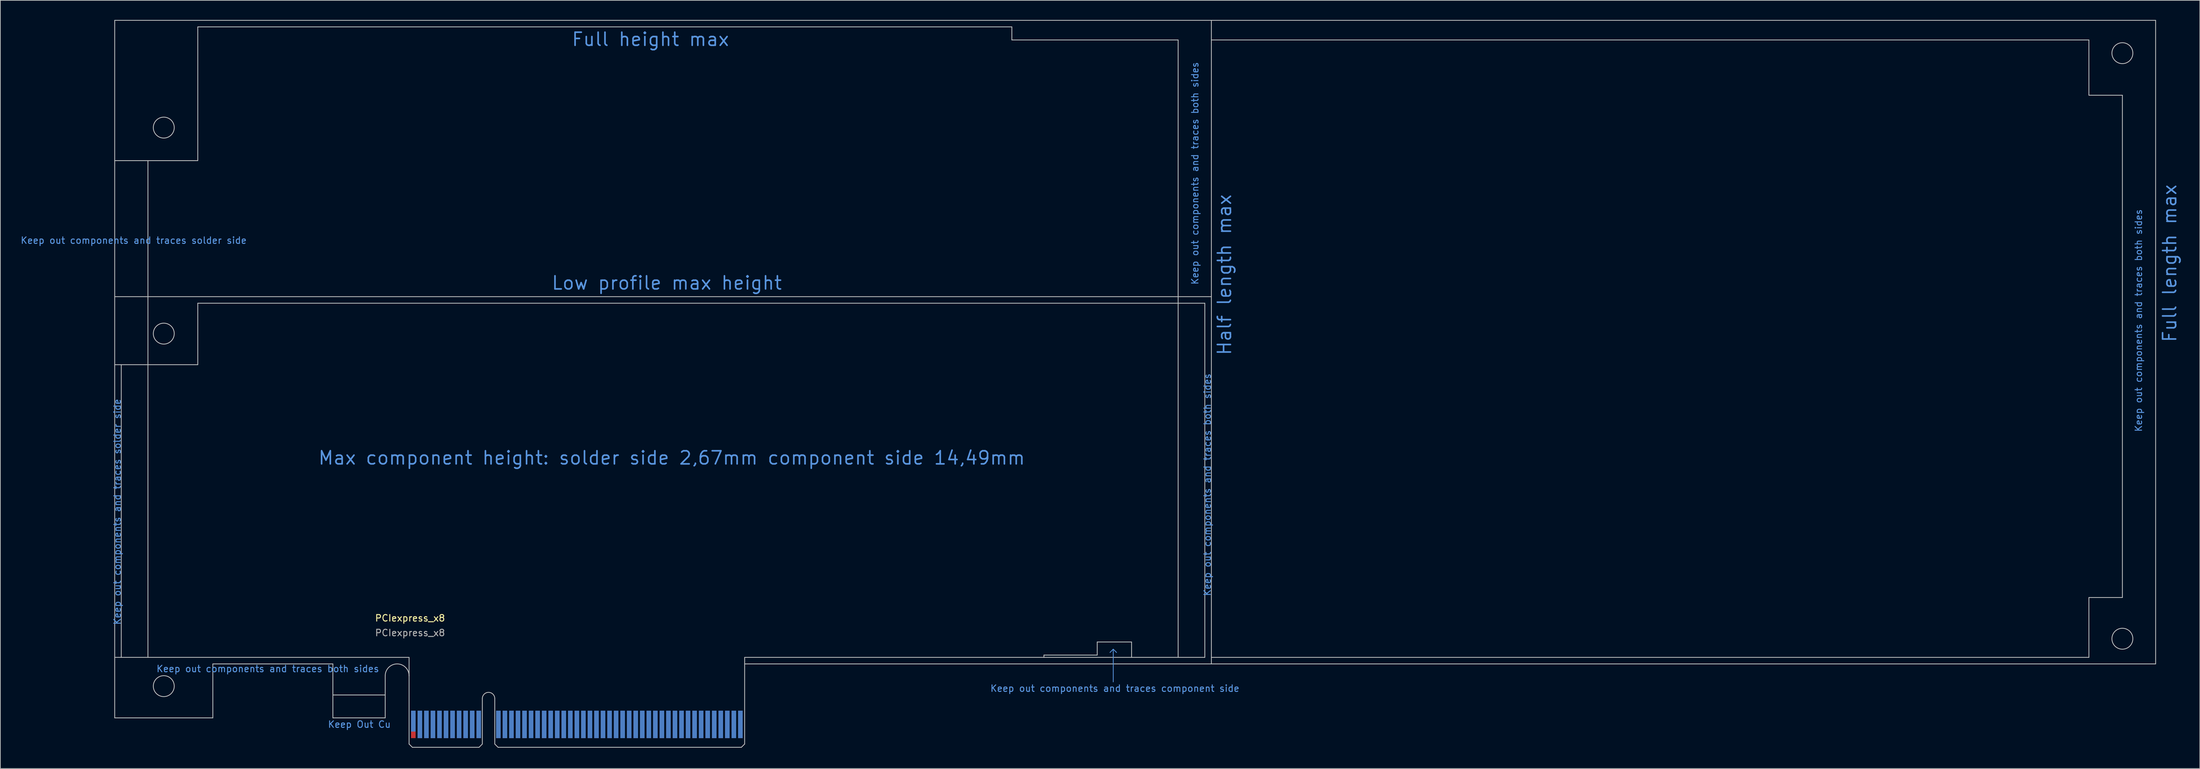
<source format=kicad_pcb>
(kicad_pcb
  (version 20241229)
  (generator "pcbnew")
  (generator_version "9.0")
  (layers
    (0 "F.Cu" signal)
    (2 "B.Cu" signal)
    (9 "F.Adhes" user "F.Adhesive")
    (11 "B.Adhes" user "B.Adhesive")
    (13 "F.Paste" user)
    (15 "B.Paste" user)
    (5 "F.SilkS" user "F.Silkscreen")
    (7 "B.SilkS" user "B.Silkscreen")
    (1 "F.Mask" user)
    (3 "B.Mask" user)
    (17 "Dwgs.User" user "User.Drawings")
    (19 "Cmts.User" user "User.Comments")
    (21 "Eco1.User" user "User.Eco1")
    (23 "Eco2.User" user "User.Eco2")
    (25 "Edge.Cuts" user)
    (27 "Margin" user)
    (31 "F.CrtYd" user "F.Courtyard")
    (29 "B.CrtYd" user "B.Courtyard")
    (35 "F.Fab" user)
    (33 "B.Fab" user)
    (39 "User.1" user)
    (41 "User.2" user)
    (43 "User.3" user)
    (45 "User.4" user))
  (footprint "PCIexpress_x8"
    (layer "F.Cu")
    (at 59.637 111.21)
    (property "Reference" "PCIexpress_x8" (at 0 -19.75 0) (layer "F.SilkS") (effects (font (size 1 1) (thickness 0.15))))
    (attr exclude_from_pos_files exclude_from_bom allow_soldermask_bridges)
    (fp_poly (pts (xy -11.8 -4.5) (xy -11.8 -8) (xy -3.8 -8) (xy -3.8 -4.5)) (stroke (width 0) (type solid)) (fill yes) (layer "F.Mask"))
    (fp_poly (pts (xy -0.25 -5.5) (xy 51.25 -5.5) (xy 51.25 0) (xy -0.25 0)) (stroke (width 0.2) (type solid)) (fill yes) (layer "F.Mask"))
    (fp_poly (pts (xy -11.8 -4.5) (xy -11.8 -8) (xy -3.8 -8) (xy -3.8 -4.5)) (stroke (width 0) (type solid)) (fill yes) (layer "B.Mask"))
    (fp_poly (pts (xy -0.25 -5.5) (xy 51.25 -5.5) (xy 51.25 0) (xy -0.25 0)) (stroke (width 0.2) (type solid)) (fill yes) (layer "B.Mask"))
    (fp_line (start -45.15 -111.15) (end -45.15 -4.5) (stroke (width 0.12) (type solid)) (layer "Dwgs.User"))
    (fp_line (start -45.15 -111.15) (end 122.5 -111.15) (stroke (width 0.12) (type solid)) (layer "Dwgs.User"))
    (fp_line (start -45.15 -89.7) (end -32.45 -89.7) (stroke (width 0.12) (type solid)) (layer "Dwgs.User"))
    (fp_line (start -45.15 -68.9) (end 122.5 -68.9) (stroke (width 0.12) (type solid)) (layer "Dwgs.User"))
    (fp_line (start -45.15 -58.5) (end -32.45 -58.5) (stroke (width 0.12) (type solid)) (layer "Dwgs.User"))
    (fp_line (start -44.15 -58.5) (end -44.15 -13.75) (stroke (width 0.12) (type solid)) (layer "Dwgs.User"))
    (fp_line (start -40.07 -13.75) (end -40.07 -89.7) (stroke (width 0.12) (type solid)) (layer "Dwgs.User"))
    (fp_line (start -32.45 -110.15) (end -32.45 -89.7) (stroke (width 0.12) (type solid)) (layer "Dwgs.User"))
    (fp_line (start -32.45 -110.15) (end 92 -110.15) (stroke (width 0.12) (type solid)) (layer "Dwgs.User"))
    (fp_line (start -32.45 -67.9) (end 121.5 -67.9) (stroke (width 0.12) (type solid)) (layer "Dwgs.User"))
    (fp_line (start -32.45 -58.5) (end -32.45 -67.9) (stroke (width 0.12) (type solid)) (layer "Dwgs.User"))
    (fp_line (start -30.15 -12.75) (end -11.8 -12.75) (stroke (width 0.12) (type solid)) (layer "Dwgs.User"))
    (fp_line (start -30.15 -4.5) (end -45.15 -4.5) (stroke (width 0.12) (type solid)) (layer "Dwgs.User"))
    (fp_line (start -30.15 -4.5) (end -30.15 -12.75) (stroke (width 0.12) (type solid)) (layer "Dwgs.User"))
    (fp_line (start -11.8 -8) (end -3.8 -8) (stroke (width 0.12) (type solid)) (layer "Dwgs.User"))
    (fp_line (start -11.8 -4.5) (end -11.8 -12.75) (stroke (width 0.12) (type solid)) (layer "Dwgs.User"))
    (fp_line (start -11.8 -4.5) (end -3.8 -4.5) (stroke (width 0.12) (type solid)) (layer "Dwgs.User"))
    (fp_line (start -3.8 -4.5) (end -3.8 -10.925) (stroke (width 0.12) (type solid)) (layer "Dwgs.User"))
    (fp_line (start -0.15 -13.75) (end -45.15 -13.75) (stroke (width 0.12) (type solid)) (layer "Dwgs.User"))
    (fp_line (start -0.15 -10.925) (end -0.15 -13.75) (stroke (width 0.12) (type solid)) (layer "Dwgs.User"))
    (fp_line (start -0.15 -0.5) (end -0.15 -10.925) (stroke (width 0.12) (type solid)) (layer "Dwgs.User"))
    (fp_line (start -0.15 -0.5) (end 0.35 0) (stroke (width 0.12) (type solid)) (layer "Dwgs.User"))
    (fp_line (start 0.35 0) (end 10.55 0) (stroke (width 0.12) (type solid)) (layer "Dwgs.User"))
    (fp_line (start 11.05 -7.45) (end 11.05 -0.5) (stroke (width 0.12) (type solid)) (layer "Dwgs.User"))
    (fp_line (start 11.05 -0.5) (end 10.55 0) (stroke (width 0.12) (type solid)) (layer "Dwgs.User"))
    (fp_line (start 12.95 -7.45) (end 12.95 -0.5) (stroke (width 0.12) (type solid)) (layer "Dwgs.User"))
    (fp_line (start 12.95 -0.5) (end 13.45 0) (stroke (width 0.12) (type solid)) (layer "Dwgs.User"))
    (fp_line (start 13.45 0) (end 50.65 0) (stroke (width 0.12) (type solid)) (layer "Dwgs.User"))
    (fp_line (start 51.15 -13.75) (end 121.5 -13.75) (stroke (width 0.12) (type solid)) (layer "Dwgs.User"))
    (fp_line (start 51.15 -12.75) (end 51.15 -13.75) (stroke (width 0.12) (type solid)) (layer "Dwgs.User"))
    (fp_line (start 51.15 -12.75) (end 122.503 -12.75) (stroke (width 0.12) (type solid)) (layer "Dwgs.User"))
    (fp_line (start 51.15 -0.5) (end 50.65 0) (stroke (width 0.12) (type solid)) (layer "Dwgs.User"))
    (fp_line (start 51.15 -0.5) (end 51.15 -12.75) (stroke (width 0.12) (type solid)) (layer "Dwgs.User"))
    (fp_line (start 92 -110.15) (end 92 -108.15) (stroke (width 0.12) (type solid)) (layer "Dwgs.User"))
    (fp_line (start 92 -108.15) (end 117.42 -108.15) (stroke (width 0.12) (type solid)) (layer "Dwgs.User"))
    (fp_line (start 96.9 -14.1) (end 96.9 -13.75) (stroke (width 0.12) (type solid)) (layer "Dwgs.User"))
    (fp_line (start 96.9 -14.1) (end 105.05 -14.1) (stroke (width 0.12) (type solid)) (layer "Dwgs.User"))
    (fp_line (start 105.05 -16.1) (end 110.3 -16.1) (stroke (width 0.12) (type solid)) (layer "Dwgs.User"))
    (fp_line (start 105.05 -14.1) (end 105.05 -16.1) (stroke (width 0.12) (type solid)) (layer "Dwgs.User"))
    (fp_line (start 110.3 -16.1) (end 110.3 -13.75) (stroke (width 0.12) (type solid)) (layer "Dwgs.User"))
    (fp_line (start 117.42 -108.15) (end 117.42 -13.75) (stroke (width 0.12) (type solid)) (layer "Dwgs.User"))
    (fp_line (start 121.5 -67.9) (end 121.5 -13.75) (stroke (width 0.12) (type solid)) (layer "Dwgs.User"))
    (fp_line (start 122.5 -111.15) (end 122.5 -12.75) (stroke (width 0.12) (type solid)) (layer "Dwgs.User"))
    (fp_line (start 122.5 -111.15) (end 266.85 -111.15) (stroke (width 0.12) (type solid)) (layer "Dwgs.User"))
    (fp_line (start 122.5 -108.15) (end 256.65 -108.15) (stroke (width 0.12) (type solid)) (layer "Dwgs.User"))
    (fp_line (start 122.5 -13.75) (end 256.65 -13.75) (stroke (width 0.12) (type solid)) (layer "Dwgs.User"))
    (fp_line (start 122.503 -12.75) (end 266.853 -12.75) (stroke (width 0.12) (type solid)) (layer "Dwgs.User"))
    (fp_line (start 256.65 -108.15) (end 256.65 -99.7) (stroke (width 0.12) (type solid)) (layer "Dwgs.User"))
    (fp_line (start 256.65 -99.7) (end 261.77 -99.7) (stroke (width 0.12) (type solid)) (layer "Dwgs.User"))
    (fp_line (start 256.65 -22.9) (end 261.77 -22.9) (stroke (width 0.12) (type solid)) (layer "Dwgs.User"))
    (fp_line (start 256.65 -13.75) (end 256.65 -22.9) (stroke (width 0.12) (type solid)) (layer "Dwgs.User"))
    (fp_line (start 261.77 -99.7) (end 261.77 -22.9) (stroke (width 0.12) (type solid)) (layer "Dwgs.User"))
    (fp_line (start 266.85 -111.15) (end 266.853 -12.75) (stroke (width 0.12) (type solid)) (layer "Dwgs.User"))
    (fp_arc (start -3.8 -10.925) (mid -1.975 -12.75) (end -0.15 -10.925) (stroke (width 0.12) (type solid)) (layer "Dwgs.User"))
    (fp_arc (start 11.05 -7.45) (mid 12 -8.4) (end 12.95 -7.45) (stroke (width 0.12) (type solid)) (layer "Dwgs.User"))
    (fp_circle (center -37.65 -94.75) (end -36.05 -94.75) (stroke (width 0.12) (type solid)) (fill no) (layer "Dwgs.User"))
    (fp_circle (center -37.65 -63.25) (end -36.05 -63.25) (stroke (width 0.12) (type solid)) (fill no) (layer "Dwgs.User"))
    (fp_circle (center -37.65 -9.35) (end -36.05 -9.35) (stroke (width 0.12) (type solid)) (fill no) (layer "Dwgs.User"))
    (fp_circle (center 261.77 -106.13) (end 263.37 -106.13) (stroke (width 0.12) (type solid)) (fill no) (layer "Dwgs.User"))
    (fp_circle (center 261.77 -16.6) (end 263.37 -16.6) (stroke (width 0.12) (type solid)) (fill no) (layer "Dwgs.User"))
    (fp_line (start 107.5 -15) (end 107 -14.5) (stroke (width 0.12) (type solid)) (layer "Cmts.User"))
    (fp_line (start 107.5 -15) (end 108 -14.5) (stroke (width 0.12) (type solid)) (layer "Cmts.User"))
    (fp_line (start 107.5 -10) (end 107.5 -15) (stroke (width 0.12) (type solid)) (layer "Cmts.User"))
    (fp_text user "Keep out components and traces both sides" (at 264.25 -65.25 90) (layer "Cmts.User") (effects (font (size 1 1) (thickness 0.15))))
    (fp_text user "Keep out components and traces solder side" (at -44.75 -36 90) (layer "Cmts.User") (effects (font (size 1 1) (thickness 0.15))))
    (fp_text user "Full height max" (at 36.75 -108.25 0) (layer "Cmts.User") (effects (font (size 2 2) (thickness 0.25))))
    (fp_text user "Keep out components and traces both sides" (at 121.893 -40.135 90) (layer "Cmts.User") (effects (font (size 1 1) (thickness 0.15))))
    (fp_text user "Keep out components and traces both sides" (at 120 -87.75 90) (layer "Cmts.User") (effects (font (size 1 1) (thickness 0.15))))
    (fp_text user "Max component height: solder side 2,67mm component side 14,49mm" (at 40 -44.25 0) (layer "Cmts.User") (effects (font (size 2 2) (thickness 0.25))))
    (fp_text user "Keep out components and traces both sides" (at -21.75 -12 0) (layer "Cmts.User") (effects (font (size 1 1) (thickness 0.15))))
    (fp_text user "Full length max" (at 269 -74 90) (layer "Cmts.User") (effects (font (size 2 2) (thickness 0.25))))
    (fp_text user "Half length max" (at 124.5 -72.25 90) (layer "Cmts.User") (effects (font (size 2 2) (thickness 0.25))))
    (fp_text user "Keep out components and traces component side" (at 107.75 -9 180) (layer "Cmts.User") (effects (font (size 1 1) (thickness 0.15))))
    (fp_text user "Low profile max height" (at 39.25 -71 0) (layer "Cmts.User") (effects (font (size 2 2) (thickness 0.25))))
    (fp_text user "Keep out components and traces solder side" (at -42.25 -77.5 180) (layer "Cmts.User") (effects (font (size 1 1) (thickness 0.15))))
    (fp_text user "Keep Out Cu" (at -7.75 -3.5 0) (layer "Cmts.User") (effects (font (size 1 1) (thickness 0.15))))
    (fp_text user "${REFERENCE}" (at 0 -17.5 0) (layer "F.Fab") (effects (font (size 1 1) (thickness 0.15))))
    (pad "A1" connect rect (at 0.5 -4) (size 0.7 3.2) (layers "B.Cu"))
    (pad "A2" connect rect (at 1.5 -3.5) (size 0.7 4.2) (layers "B.Cu"))
    (pad "A3" connect rect (at 2.5 -3.5) (size 0.7 4.2) (layers "B.Cu"))
    (pad "A4" connect rect (at 3.5 -3.5) (size 0.7 4.2) (layers "B.Cu"))
    (pad "A5" connect rect (at 4.5 -3.5) (size 0.7 4.2) (layers "B.Cu"))
    (pad "A6" connect rect (at 5.5 -3.5) (size 0.7 4.2) (layers "B.Cu"))
    (pad "A7" connect rect (at 6.5 -3.5) (size 0.7 4.2) (layers "B.Cu"))
    (pad "A8" connect rect (at 7.5 -3.5) (size 0.7 4.2) (layers "B.Cu"))
    (pad "A9" connect rect (at 8.5 -3.5) (size 0.7 4.2) (layers "B.Cu"))
    (pad "A10" connect rect (at 9.5 -3.5) (size 0.7 4.2) (layers "B.Cu"))
    (pad "A11" connect rect (at 10.5 -3.5) (size 0.7 4.2) (layers "B.Cu"))
    (pad "A12" connect rect (at 13.5 -3.5) (size 0.7 4.2) (layers "B.Cu"))
    (pad "A13" connect rect (at 14.5 -3.5) (size 0.7 4.2) (layers "B.Cu"))
    (pad "A14" connect rect (at 15.5 -3.5) (size 0.7 4.2) (layers "B.Cu"))
    (pad "A15" connect rect (at 16.5 -3.5) (size 0.7 4.2) (layers "B.Cu"))
    (pad "A16" connect rect (at 17.5 -3.5) (size 0.7 4.2) (layers "B.Cu"))
    (pad "A17" connect rect (at 18.5 -3.5) (size 0.7 4.2) (layers "B.Cu"))
    (pad "A18" connect rect (at 19.5 -3.5) (size 0.7 4.2) (layers "B.Cu"))
    (pad "A19" connect rect (at 20.5 -3.5) (size 0.7 4.2) (layers "B.Cu"))
    (pad "A20" connect rect (at 21.5 -3.5) (size 0.7 4.2) (layers "B.Cu"))
    (pad "A21" connect rect (at 22.5 -3.5) (size 0.7 4.2) (layers "B.Cu"))
    (pad "A22" connect rect (at 23.5 -3.5) (size 0.7 4.2) (layers "B.Cu"))
    (pad "A23" connect rect (at 24.5 -3.5) (size 0.7 4.2) (layers "B.Cu"))
    (pad "A24" connect rect (at 25.5 -3.5) (size 0.7 4.2) (layers "B.Cu"))
    (pad "A25" connect rect (at 26.5 -3.5) (size 0.7 4.2) (layers "B.Cu"))
    (pad "A26" connect rect (at 27.5 -3.5) (size 0.7 4.2) (layers "B.Cu"))
    (pad "A27" connect rect (at 28.5 -3.5) (size 0.7 4.2) (layers "B.Cu"))
    (pad "A28" connect rect (at 29.5 -3.5) (size 0.7 4.2) (layers "B.Cu"))
    (pad "A29" connect rect (at 30.5 -3.5) (size 0.7 4.2) (layers "B.Cu"))
    (pad "A30" connect rect (at 31.5 -3.5) (size 0.7 4.2) (layers "B.Cu"))
    (pad "A31" connect rect (at 32.5 -3.5) (size 0.7 4.2) (layers "B.Cu"))
    (pad "A32" connect rect (at 33.5 -3.5) (size 0.7 4.2) (layers "B.Cu"))
    (pad "A33" connect rect (at 34.5 -3.5) (size 0.7 4.2) (layers "B.Cu"))
    (pad "A34" connect rect (at 35.5 -3.5) (size 0.7 4.2) (layers "B.Cu"))
    (pad "A35" connect rect (at 36.5 -3.5) (size 0.7 4.2) (layers "B.Cu"))
    (pad "A36" connect rect (at 37.5 -3.5) (size 0.7 4.2) (layers "B.Cu"))
    (pad "A37" connect rect (at 38.5 -3.5) (size 0.7 4.2) (layers "B.Cu"))
    (pad "A38" connect rect (at 39.5 -3.5) (size 0.7 4.2) (layers "B.Cu"))
    (pad "A39" connect rect (at 40.5 -3.5) (size 0.7 4.2) (layers "B.Cu"))
    (pad "A40" connect rect (at 41.5 -3.5) (size 0.7 4.2) (layers "B.Cu"))
    (pad "A41" connect rect (at 42.5 -3.5) (size 0.7 4.2) (layers "B.Cu"))
    (pad "A42" connect rect (at 43.5 -3.5) (size 0.7 4.2) (layers "B.Cu"))
    (pad "A43" connect rect (at 44.5 -3.5) (size 0.7 4.2) (layers "B.Cu"))
    (pad "A44" connect rect (at 45.5 -3.5) (size 0.7 4.2) (layers "B.Cu"))
    (pad "A45" connect rect (at 46.5 -3.5) (size 0.7 4.2) (layers "B.Cu"))
    (pad "A46" connect rect (at 47.5 -3.5) (size 0.7 4.2) (layers "B.Cu"))
    (pad "A47" connect rect (at 48.5 -3.5) (size 0.7 4.2) (layers "B.Cu"))
    (pad "A48" connect rect (at 49.5 -3.5) (size 0.7 4.2) (layers "B.Cu"))
    (pad "A49" connect rect (at 50.5 -3.5) (size 0.7 4.2) (layers "B.Cu"))
    (pad "B1" connect rect (at 0.5 -3.5) (size 0.7 4.2) (layers "F.Cu"))
    (pad "B2" connect rect (at 1.5 -3.5) (size 0.7 4.2) (layers "F.Cu"))
    (pad "B3" connect rect (at 2.5 -3.5) (size 0.7 4.2) (layers "F.Cu"))
    (pad "B4" connect rect (at 3.5 -3.5) (size 0.7 4.2) (layers "F.Cu"))
    (pad "B5" connect rect (at 4.5 -3.5) (size 0.7 4.2) (layers "F.Cu"))
    (pad "B6" connect rect (at 5.5 -3.5) (size 0.7 4.2) (layers "F.Cu"))
    (pad "B7" connect rect (at 6.5 -3.5) (size 0.7 4.2) (layers "F.Cu"))
    (pad "B8" connect rect (at 7.5 -3.5) (size 0.7 4.2) (layers "F.Cu"))
    (pad "B9" connect rect (at 8.5 -3.5) (size 0.7 4.2) (layers "F.Cu"))
    (pad "B10" connect rect (at 9.5 -3.5) (size 0.7 4.2) (layers "F.Cu"))
    (pad "B11" connect rect (at 10.5 -3.5) (size 0.7 4.2) (layers "F.Cu"))
    (pad "B12" connect rect (at 13.5 -3.5) (size 0.7 4.2) (layers "F.Cu"))
    (pad "B13" connect rect (at 14.5 -3.5) (size 0.7 4.2) (layers "F.Cu"))
    (pad "B14" connect rect (at 15.5 -3.5) (size 0.7 4.2) (layers "F.Cu"))
    (pad "B15" connect rect (at 16.5 -3.5) (size 0.7 4.2) (layers "F.Cu"))
    (pad "B16" connect rect (at 17.5 -3.5) (size 0.7 4.2) (layers "F.Cu"))
    (pad "B17" connect rect (at 18.5 -4) (size 0.7 3.2) (layers "F.Cu"))
    (pad "B18" connect rect (at 19.5 -3.5) (size 0.7 4.2) (layers "F.Cu"))
    (pad "B19" connect rect (at 20.5 -3.5) (size 0.7 4.2) (layers "F.Cu"))
    (pad "B20" connect rect (at 21.5 -3.5) (size 0.7 4.2) (layers "F.Cu"))
    (pad "B21" connect rect (at 22.5 -3.5) (size 0.7 4.2) (layers "F.Cu"))
    (pad "B22" connect rect (at 23.5 -3.5) (size 0.7 4.2) (layers "F.Cu"))
    (pad "B23" connect rect (at 24.5 -3.5) (size 0.7 4.2) (layers "F.Cu"))
    (pad "B24" connect rect (at 25.5 -3.5) (size 0.7 4.2) (layers "F.Cu"))
    (pad "B25" connect rect (at 26.5 -3.5) (size 0.7 4.2) (layers "F.Cu"))
    (pad "B26" connect rect (at 27.5 -3.5) (size 0.7 4.2) (layers "F.Cu"))
    (pad "B27" connect rect (at 28.5 -3.5) (size 0.7 4.2) (layers "F.Cu"))
    (pad "B28" connect rect (at 29.5 -3.5) (size 0.7 4.2) (layers "F.Cu"))
    (pad "B29" connect rect (at 30.5 -3.5) (size 0.7 4.2) (layers "F.Cu"))
    (pad "B30" connect rect (at 31.5 -3.5) (size 0.7 4.2) (layers "F.Cu"))
    (pad "B31" connect rect (at 32.5 -4) (size 0.7 3.2) (layers "F.Cu"))
    (pad "B32" connect rect (at 33.5 -3.5) (size 0.7 4.2) (layers "F.Cu"))
    (pad "B33" connect rect (at 34.5 -3.5) (size 0.7 4.2) (layers "F.Cu"))
    (pad "B34" connect rect (at 35.5 -3.5) (size 0.7 4.2) (layers "F.Cu"))
    (pad "B35" connect rect (at 36.5 -3.5) (size 0.7 4.2) (layers "F.Cu"))
    (pad "B36" connect rect (at 37.5 -3.5) (size 0.7 4.2) (layers "F.Cu"))
    (pad "B37" connect rect (at 38.5 -3.5) (size 0.7 4.2) (layers "F.Cu"))
    (pad "B38" connect rect (at 39.5 -3.5) (size 0.7 4.2) (layers "F.Cu"))
    (pad "B39" connect rect (at 40.5 -3.5) (size 0.7 4.2) (layers "F.Cu"))
    (pad "B40" connect rect (at 41.5 -3.5) (size 0.7 4.2) (layers "F.Cu"))
    (pad "B41" connect rect (at 42.5 -3.5) (size 0.7 4.2) (layers "F.Cu"))
    (pad "B42" connect rect (at 43.5 -3.5) (size 0.7 4.2) (layers "F.Cu"))
    (pad "B43" connect rect (at 44.5 -3.5) (size 0.7 4.2) (layers "F.Cu"))
    (pad "B44" connect rect (at 45.5 -3.5) (size 0.7 4.2) (layers "F.Cu"))
    (pad "B45" connect rect (at 46.5 -3.5) (size 0.7 4.2) (layers "F.Cu"))
    (pad "B46" connect rect (at 47.5 -3.5) (size 0.7 4.2) (layers "F.Cu"))
    (pad "B47" connect rect (at 48.5 -3.5) (size 0.7 4.2) (layers "F.Cu"))
    (pad "B48" connect rect (at 49.5 -4) (size 0.7 3.2) (layers "F.Cu"))
    (pad "B49" connect rect (at 50.5 -3.5) (size 0.7 4.2) (layers "F.Cu")))
  (gr_rect
    (start -3 -3)
    (end 333.246 114.46)
    (stroke (width 0.1) (type default))
    (fill no)
    (layer "Edge.Cuts")))
</source>
